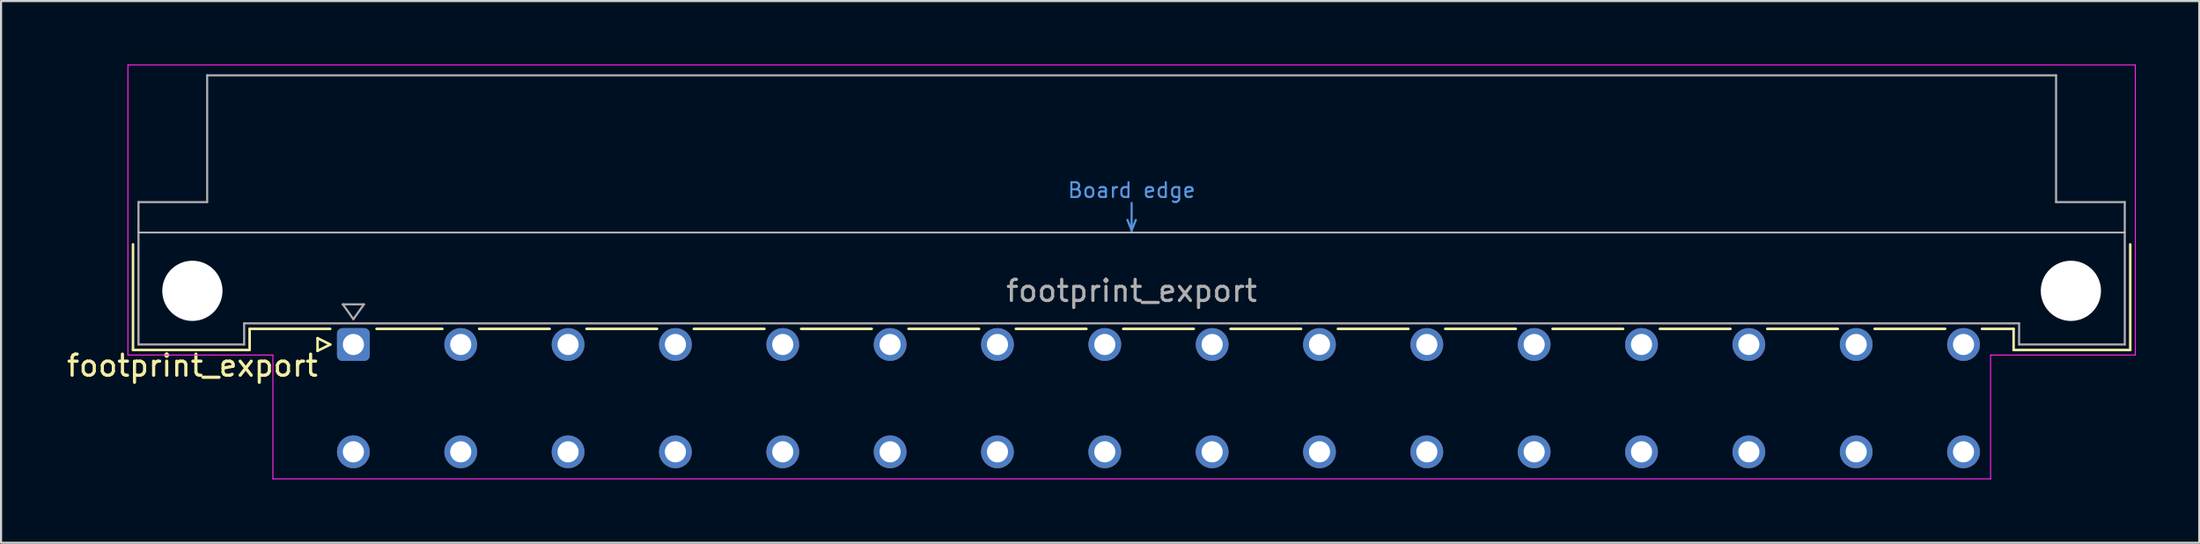
<source format=kicad_pcb>
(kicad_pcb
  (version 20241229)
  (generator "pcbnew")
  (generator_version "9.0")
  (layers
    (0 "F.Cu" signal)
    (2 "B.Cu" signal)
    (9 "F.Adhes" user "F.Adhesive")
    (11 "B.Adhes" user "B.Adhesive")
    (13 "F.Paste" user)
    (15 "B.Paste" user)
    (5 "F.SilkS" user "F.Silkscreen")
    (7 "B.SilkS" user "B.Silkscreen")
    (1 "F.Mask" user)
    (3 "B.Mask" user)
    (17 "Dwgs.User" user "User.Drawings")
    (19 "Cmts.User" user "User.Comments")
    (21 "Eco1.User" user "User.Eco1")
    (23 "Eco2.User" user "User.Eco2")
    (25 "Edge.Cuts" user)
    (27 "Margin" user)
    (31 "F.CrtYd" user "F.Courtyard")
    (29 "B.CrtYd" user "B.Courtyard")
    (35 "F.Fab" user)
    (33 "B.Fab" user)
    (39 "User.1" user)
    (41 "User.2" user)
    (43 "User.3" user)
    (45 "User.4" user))
  (footprint "footprint_export"
    (layer "F.Cu")
    (at 11.134 13.255)
    (property "Reference" "footprint_export" (at -5.08 1 0) (layer "F.SilkS") (effects (font (size 1 1) (thickness 0.15))))
    (attr through_hole)
    (fp_line (start -7.89 -4.74) (end -7.89 0.26) (stroke (width 0.12) (type solid)) (layer "F.SilkS"))
    (fp_line (start -7.89 0.26) (end -2.37 0.26) (stroke (width 0.12) (type solid)) (layer "F.SilkS"))
    (fp_line (start -2.371 -0.74) (end 1.445 -0.74) (stroke (width 0.12) (type solid)) (layer "F.SilkS"))
    (fp_line (start -2.37 0.26) (end -2.37 -0.74) (stroke (width 0.12) (type solid)) (layer "F.SilkS"))
    (fp_line (start 0.845 -0.3) (end 0.845 0.3) (stroke (width 0.12) (type solid)) (layer "F.SilkS"))
    (fp_line (start 0.845 0.3) (end 1.445 0) (stroke (width 0.12) (type solid)) (layer "F.SilkS"))
    (fp_line (start 1.445 0) (end 0.845 -0.3) (stroke (width 0.12) (type solid)) (layer "F.SilkS"))
    (fp_line (start 3.635 -0.74) (end 6.751 -0.74) (stroke (width 0.12) (type solid)) (layer "F.SilkS"))
    (fp_line (start 8.49 -0.74) (end 11.831 -0.74) (stroke (width 0.12) (type solid)) (layer "F.SilkS"))
    (fp_line (start 13.57 -0.74) (end 16.911 -0.74) (stroke (width 0.12) (type solid)) (layer "F.SilkS"))
    (fp_line (start 18.65 -0.74) (end 21.991 -0.74) (stroke (width 0.12) (type solid)) (layer "F.SilkS"))
    (fp_line (start 23.73 -0.74) (end 27.071 -0.74) (stroke (width 0.12) (type solid)) (layer "F.SilkS"))
    (fp_line (start 28.81 -0.74) (end 32.151 -0.74) (stroke (width 0.12) (type solid)) (layer "F.SilkS"))
    (fp_line (start 33.89 -0.74) (end 37.231 -0.74) (stroke (width 0.12) (type solid)) (layer "F.SilkS"))
    (fp_line (start 38.97 -0.74) (end 42.311 -0.74) (stroke (width 0.12) (type solid)) (layer "F.SilkS"))
    (fp_line (start 44.05 -0.74) (end 47.391 -0.74) (stroke (width 0.12) (type solid)) (layer "F.SilkS"))
    (fp_line (start 49.13 -0.74) (end 52.471 -0.74) (stroke (width 0.12) (type solid)) (layer "F.SilkS"))
    (fp_line (start 54.21 -0.74) (end 57.551 -0.74) (stroke (width 0.12) (type solid)) (layer "F.SilkS"))
    (fp_line (start 59.29 -0.74) (end 62.631 -0.74) (stroke (width 0.12) (type solid)) (layer "F.SilkS"))
    (fp_line (start 64.37 -0.74) (end 67.711 -0.74) (stroke (width 0.12) (type solid)) (layer "F.SilkS"))
    (fp_line (start 69.45 -0.74) (end 72.791 -0.74) (stroke (width 0.12) (type solid)) (layer "F.SilkS"))
    (fp_line (start 74.53 -0.74) (end 77.871 -0.74) (stroke (width 0.12) (type solid)) (layer "F.SilkS"))
    (fp_line (start 79.61 -0.74) (end 81.11 -0.74) (stroke (width 0.12) (type solid)) (layer "F.SilkS"))
    (fp_line (start 81.11 0.26) (end 81.11 -0.74) (stroke (width 0.12) (type solid)) (layer "F.SilkS"))
    (fp_line (start 86.63 -4.74) (end 86.63 0.26) (stroke (width 0.12) (type solid)) (layer "F.SilkS"))
    (fp_line (start 86.63 0.26) (end 81.11 0.26) (stroke (width 0.12) (type solid)) (layer "F.SilkS"))
    (fp_line (start -7.63 -5.3) (end 86.37 -5.3) (stroke (width 0.08) (type solid)) (layer "Dwgs.User"))
    (fp_line (start 39.17 -5.9) (end 39.37 -5.4) (stroke (width 0.1) (type solid)) (layer "Cmts.User"))
    (fp_line (start 39.37 -5.4) (end 39.37 -6.7) (stroke (width 0.1) (type solid)) (layer "Cmts.User"))
    (fp_line (start 39.37 -5.4) (end 39.57 -5.9) (stroke (width 0.1) (type solid)) (layer "Cmts.User"))
    (fp_line (start -8.13 -13.23) (end -8.13 0.5) (stroke (width 0.05) (type solid)) (layer "F.CrtYd"))
    (fp_line (start -8.13 0.5) (end -1.27 0.5) (stroke (width 0.05) (type solid)) (layer "F.CrtYd"))
    (fp_line (start -1.27 0.5) (end -1.27 6.36) (stroke (width 0.05) (type solid)) (layer "F.CrtYd"))
    (fp_line (start -1.27 6.36) (end 80.02 6.36) (stroke (width 0.05) (type solid)) (layer "F.CrtYd"))
    (fp_line (start 80.02 0.5) (end 86.87 0.5) (stroke (width 0.05) (type solid)) (layer "F.CrtYd"))
    (fp_line (start 80.02 6.36) (end 80.02 0.5) (stroke (width 0.05) (type solid)) (layer "F.CrtYd"))
    (fp_line (start 86.87 -13.23) (end -8.13 -13.23) (stroke (width 0.05) (type solid)) (layer "F.CrtYd"))
    (fp_line (start 86.87 0.5) (end 86.87 -13.23) (stroke (width 0.05) (type solid)) (layer "F.CrtYd"))
    (fp_line (start -7.63 -6.74) (end -7.63 0) (stroke (width 0.1) (type solid)) (layer "F.Fab"))
    (fp_line (start -7.63 0) (end -2.63 0) (stroke (width 0.1) (type solid)) (layer "F.Fab"))
    (fp_line (start -4.38 -12.74) (end -4.38 -6.74) (stroke (width 0.1) (type solid)) (layer "F.Fab"))
    (fp_line (start -4.38 -6.74) (end -7.63 -6.74) (stroke (width 0.1) (type solid)) (layer "F.Fab"))
    (fp_line (start -2.63 -1) (end 81.37 -1) (stroke (width 0.1) (type solid)) (layer "F.Fab"))
    (fp_line (start -2.63 0) (end -2.63 -1) (stroke (width 0.1) (type solid)) (layer "F.Fab"))
    (fp_line (start 2.04 -1.9) (end 3.04 -1.9) (stroke (width 0.1) (type solid)) (layer "F.Fab"))
    (fp_line (start 2.54 -1.2) (end 2.04 -1.9) (stroke (width 0.1) (type solid)) (layer "F.Fab"))
    (fp_line (start 3.04 -1.9) (end 2.54 -1.2) (stroke (width 0.1) (type solid)) (layer "F.Fab"))
    (fp_line (start 81.37 -1) (end 81.37 0) (stroke (width 0.1) (type solid)) (layer "F.Fab"))
    (fp_line (start 81.37 0) (end 86.37 0) (stroke (width 0.1) (type solid)) (layer "F.Fab"))
    (fp_line (start 83.12 -12.74) (end -4.38 -12.74) (stroke (width 0.1) (type solid)) (layer "F.Fab"))
    (fp_line (start 83.12 -6.74) (end 83.12 -12.74) (stroke (width 0.1) (type solid)) (layer "F.Fab"))
    (fp_line (start 86.37 -6.74) (end 83.12 -6.74) (stroke (width 0.1) (type solid)) (layer "F.Fab"))
    (fp_line (start 86.37 0) (end 86.37 -6.74) (stroke (width 0.1) (type solid)) (layer "F.Fab"))
    (fp_text user "Board edge" (at 39.37 -7.3 0) (layer "Cmts.User") (effects (font (size 0.7 0.7) (thickness 0.1))))
    (fp_text user "${REFERENCE}" (at 39.37 -2.54 0) (layer "F.Fab") (effects (font (size 1 1) (thickness 0.15))))
    (pad "" np_thru_hole circle (at -5.08 -2.54) (size 2.85 2.85) (drill 2.85) (layers "*.Cu" "*.Mask"))
    (pad "" np_thru_hole circle (at 83.82 -2.54) (size 2.85 2.85) (drill 2.85) (layers "*.Cu" "*.Mask"))
    (pad "a2" thru_hole roundrect (at 2.54 0) (size 1.55 1.55) (drill 1) (layers "*.Cu" "*.Mask") (roundrect_rratio 0.161))
    (pad "a4" thru_hole circle (at 7.62 0) (size 1.55 1.55) (drill 1) (layers "*.Cu" "*.Mask"))
    (pad "a6" thru_hole circle (at 12.7 0) (size 1.55 1.55) (drill 1) (layers "*.Cu" "*.Mask"))
    (pad "a8" thru_hole circle (at 17.78 0) (size 1.55 1.55) (drill 1) (layers "*.Cu" "*.Mask"))
    (pad "a10" thru_hole circle (at 22.86 0) (size 1.55 1.55) (drill 1) (layers "*.Cu" "*.Mask"))
    (pad "a12" thru_hole circle (at 27.94 0) (size 1.55 1.55) (drill 1) (layers "*.Cu" "*.Mask"))
    (pad "a14" thru_hole circle (at 33.02 0) (size 1.55 1.55) (drill 1) (layers "*.Cu" "*.Mask"))
    (pad "a16" thru_hole circle (at 38.1 0) (size 1.55 1.55) (drill 1) (layers "*.Cu" "*.Mask"))
    (pad "a18" thru_hole circle (at 43.18 0) (size 1.55 1.55) (drill 1) (layers "*.Cu" "*.Mask"))
    (pad "a20" thru_hole circle (at 48.26 0) (size 1.55 1.55) (drill 1) (layers "*.Cu" "*.Mask"))
    (pad "a22" thru_hole circle (at 53.34 0) (size 1.55 1.55) (drill 1) (layers "*.Cu" "*.Mask"))
    (pad "a24" thru_hole circle (at 58.42 0) (size 1.55 1.55) (drill 1) (layers "*.Cu" "*.Mask"))
    (pad "a26" thru_hole circle (at 63.5 0) (size 1.55 1.55) (drill 1) (layers "*.Cu" "*.Mask"))
    (pad "a28" thru_hole circle (at 68.58 0) (size 1.55 1.55) (drill 1) (layers "*.Cu" "*.Mask"))
    (pad "a30" thru_hole circle (at 73.66 0) (size 1.55 1.55) (drill 1) (layers "*.Cu" "*.Mask"))
    (pad "a32" thru_hole circle (at 78.74 0) (size 1.55 1.55) (drill 1) (layers "*.Cu" "*.Mask"))
    (pad "c2" thru_hole circle (at 2.54 5.08) (size 1.55 1.55) (drill 1) (layers "*.Cu" "*.Mask"))
    (pad "c4" thru_hole circle (at 7.62 5.08) (size 1.55 1.55) (drill 1) (layers "*.Cu" "*.Mask"))
    (pad "c6" thru_hole circle (at 12.7 5.08) (size 1.55 1.55) (drill 1) (layers "*.Cu" "*.Mask"))
    (pad "c8" thru_hole circle (at 17.78 5.08) (size 1.55 1.55) (drill 1) (layers "*.Cu" "*.Mask"))
    (pad "c10" thru_hole circle (at 22.86 5.08) (size 1.55 1.55) (drill 1) (layers "*.Cu" "*.Mask"))
    (pad "c12" thru_hole circle (at 27.94 5.08) (size 1.55 1.55) (drill 1) (layers "*.Cu" "*.Mask"))
    (pad "c14" thru_hole circle (at 33.02 5.08) (size 1.55 1.55) (drill 1) (layers "*.Cu" "*.Mask"))
    (pad "c16" thru_hole circle (at 38.1 5.08) (size 1.55 1.55) (drill 1) (layers "*.Cu" "*.Mask"))
    (pad "c18" thru_hole circle (at 43.18 5.08) (size 1.55 1.55) (drill 1) (layers "*.Cu" "*.Mask"))
    (pad "c20" thru_hole circle (at 48.26 5.08) (size 1.55 1.55) (drill 1) (layers "*.Cu" "*.Mask"))
    (pad "c22" thru_hole circle (at 53.34 5.08) (size 1.55 1.55) (drill 1) (layers "*.Cu" "*.Mask"))
    (pad "c24" thru_hole circle (at 58.42 5.08) (size 1.55 1.55) (drill 1) (layers "*.Cu" "*.Mask"))
    (pad "c26" thru_hole circle (at 63.5 5.08) (size 1.55 1.55) (drill 1) (layers "*.Cu" "*.Mask"))
    (pad "c28" thru_hole circle (at 68.58 5.08) (size 1.55 1.55) (drill 1) (layers "*.Cu" "*.Mask"))
    (pad "c30" thru_hole circle (at 73.66 5.08) (size 1.55 1.55) (drill 1) (layers "*.Cu" "*.Mask"))
    (pad "c32" thru_hole circle (at 78.74 5.08) (size 1.55 1.55) (drill 1) (layers "*.Cu" "*.Mask")))
  (gr_rect
    (start -3 -3)
    (end 101.029 22.64)
    (stroke (width 0.1) (type default))
    (fill no)
    (layer "Edge.Cuts")))
</source>
